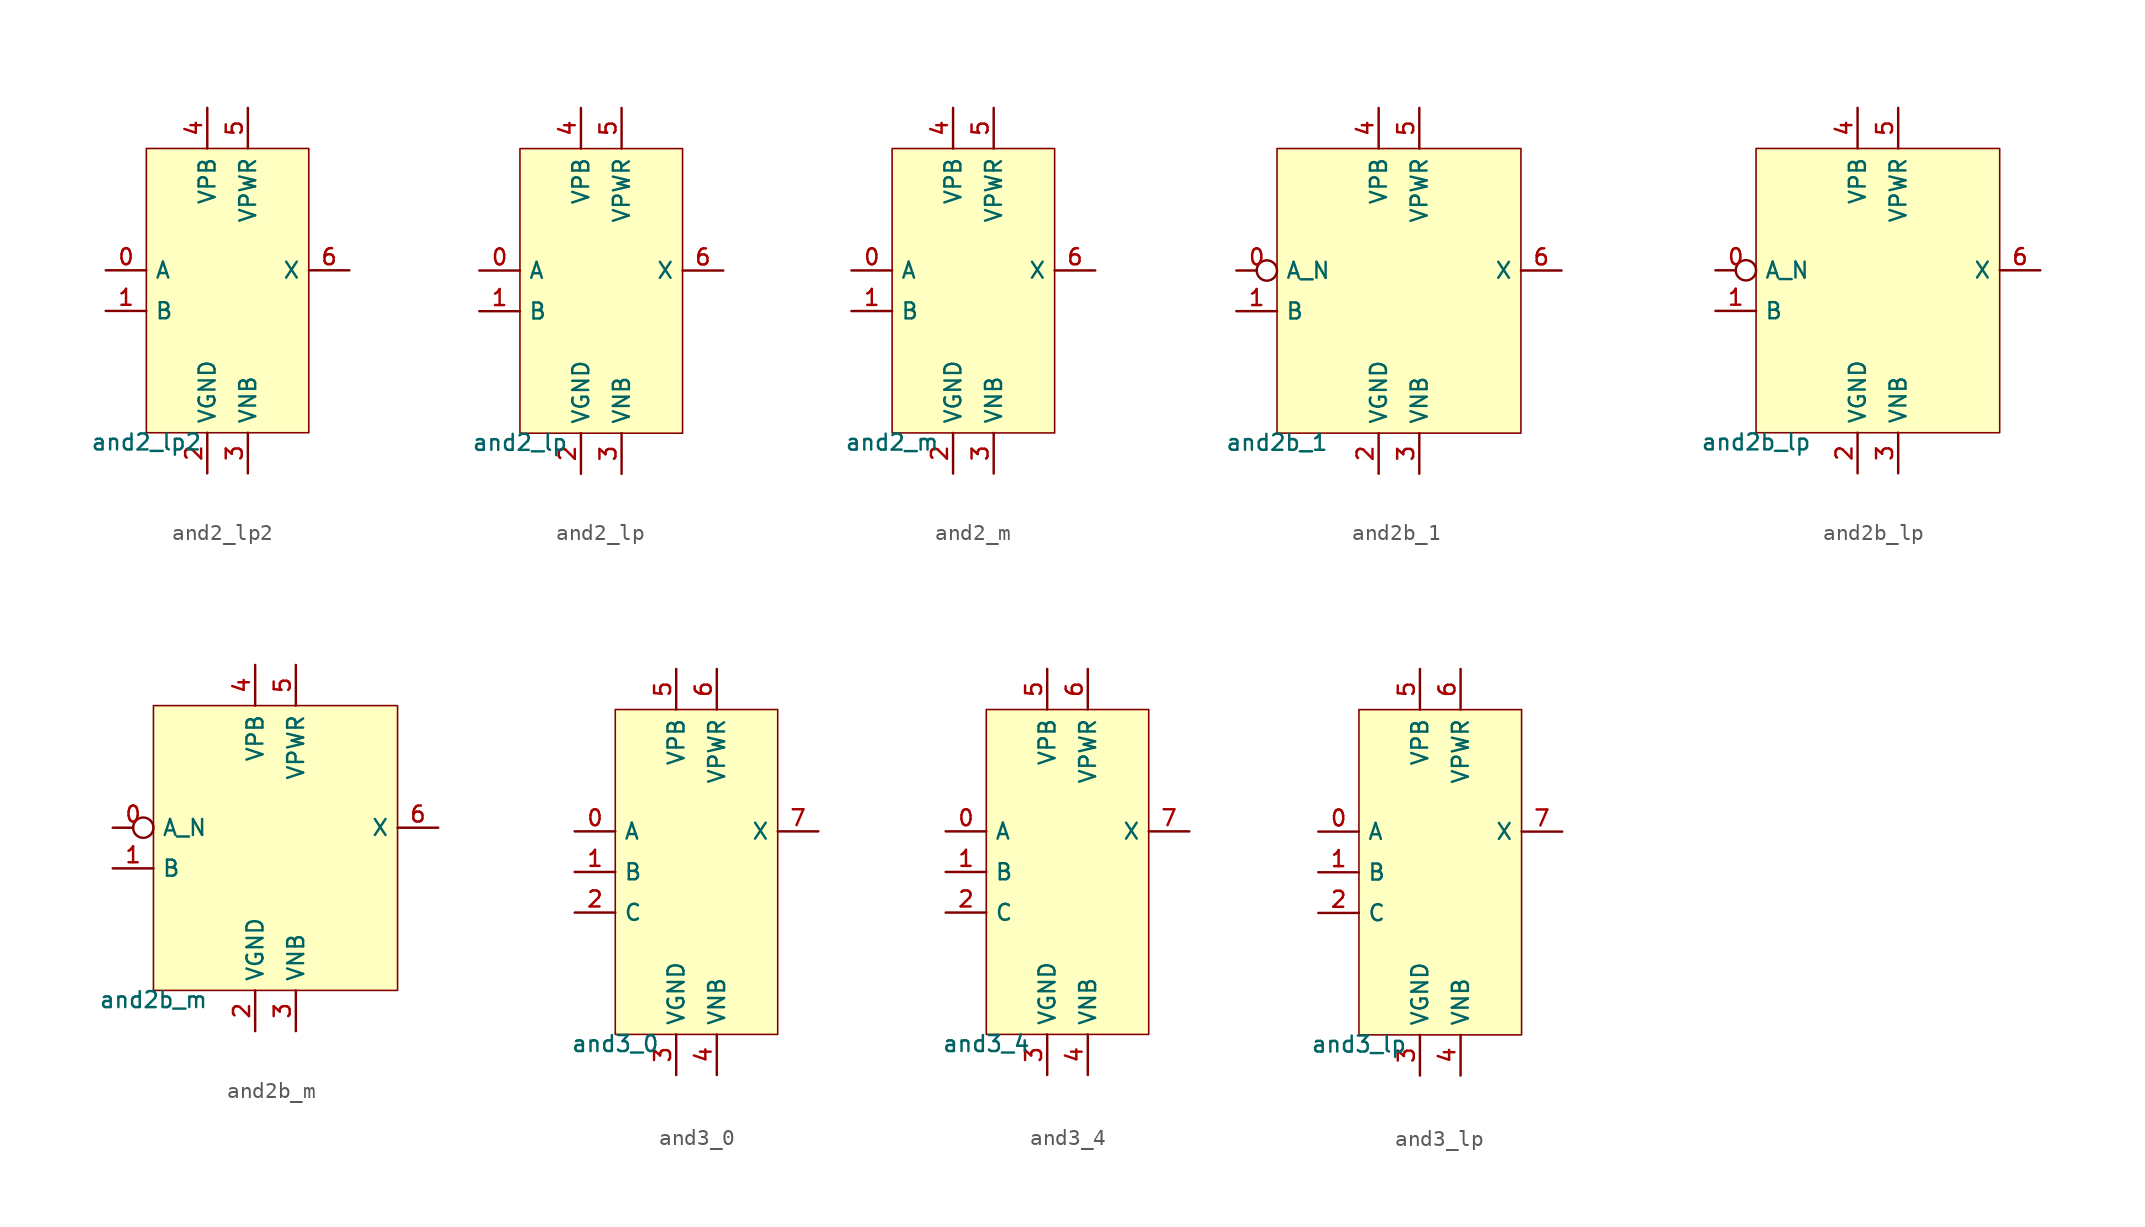
<source format=kicad_sym>
(kicad_symbol_lib
  (version 20211014)
  (generator pdk2kicad)
  (symbol "and2_lp2"
    (property "Reference" "X"
      (at 0 0 0)
      (effects (font (size 1 1)) hide))
    (property "Value" "and2_lp2"
      (at -5.08 -8.89 0)
      (effects (font (size 1 1)) (justify top)))
    (rectangle
      (start -5.08 -8.89)
      (end 5.08 8.89)
      (stroke (width 0.1) (type solid) (color 0 0 0 0))
      (fill (type background)))
    (pin input line
      (at -7.62 1.27 0)
      (length 2.54)
      (name "A" (effects (font (size 1 1)) hide))
      (number "0" (effects (font (size 1 1)) hide)))
    (pin input line
      (at -7.62 -1.27 0)
      (length 2.54)
      (name "B" (effects (font (size 1 1)) hide))
      (number "1" (effects (font (size 1 1)) hide)))
    (pin power_in line
      (at -1.27 -11.43 90)
      (length 2.54)
      (name "VGND" (effects (font (size 1 1)) hide))
      (number "2" (effects (font (size 1 1)) hide)))
    (pin power_in line
      (at 1.27 -11.43 90)
      (length 2.54)
      (name "VNB" (effects (font (size 1 1)) hide))
      (number "3" (effects (font (size 1 1)) hide)))
    (pin power_in line
      (at -1.27 11.43 270)
      (length 2.54)
      (name "VPB" (effects (font (size 1 1)) hide))
      (number "4" (effects (font (size 1 1)) hide)))
    (pin power_in line
      (at 1.27 11.43 270)
      (length 2.54)
      (name "VPWR" (effects (font (size 1 1)) hide))
      (number "5" (effects (font (size 1 1)) hide)))
    (pin output line
      (at 7.62 1.27 180)
      (length 2.54)
      (name "X" (effects (font (size 1 1)) hide))
      (number "6" (effects (font (size 1 1)) hide))))
  (symbol "and2_lp"
    (property "Reference" "X"
      (at 0 0 0)
      (effects (font (size 1 1)) hide))
    (property "Value" "and2_lp"
      (at -5.08 -8.89 0)
      (effects (font (size 1 1)) (justify top)))
    (rectangle
      (start -5.08 -8.89)
      (end 5.08 8.89)
      (stroke (width 0.1) (type solid) (color 0 0 0 0))
      (fill (type background)))
    (pin input line
      (at -7.62 1.27 0)
      (length 2.54)
      (name "A" (effects (font (size 1 1)) hide))
      (number "0" (effects (font (size 1 1)) hide)))
    (pin input line
      (at -7.62 -1.27 0)
      (length 2.54)
      (name "B" (effects (font (size 1 1)) hide))
      (number "1" (effects (font (size 1 1)) hide)))
    (pin power_in line
      (at -1.27 -11.43 90)
      (length 2.54)
      (name "VGND" (effects (font (size 1 1)) hide))
      (number "2" (effects (font (size 1 1)) hide)))
    (pin power_in line
      (at 1.27 -11.43 90)
      (length 2.54)
      (name "VNB" (effects (font (size 1 1)) hide))
      (number "3" (effects (font (size 1 1)) hide)))
    (pin power_in line
      (at -1.27 11.43 270)
      (length 2.54)
      (name "VPB" (effects (font (size 1 1)) hide))
      (number "4" (effects (font (size 1 1)) hide)))
    (pin power_in line
      (at 1.27 11.43 270)
      (length 2.54)
      (name "VPWR" (effects (font (size 1 1)) hide))
      (number "5" (effects (font (size 1 1)) hide)))
    (pin output line
      (at 7.62 1.27 180)
      (length 2.54)
      (name "X" (effects (font (size 1 1)) hide))
      (number "6" (effects (font (size 1 1)) hide))))
  (symbol "and2_m"
    (property "Reference" "X"
      (at 0 0 0)
      (effects (font (size 1 1)) hide))
    (property "Value" "and2_m"
      (at -5.08 -8.89 0)
      (effects (font (size 1 1)) (justify top)))
    (rectangle
      (start -5.08 -8.89)
      (end 5.08 8.89)
      (stroke (width 0.1) (type solid) (color 0 0 0 0))
      (fill (type background)))
    (pin input line
      (at -7.62 1.27 0)
      (length 2.54)
      (name "A" (effects (font (size 1 1)) hide))
      (number "0" (effects (font (size 1 1)) hide)))
    (pin input line
      (at -7.62 -1.27 0)
      (length 2.54)
      (name "B" (effects (font (size 1 1)) hide))
      (number "1" (effects (font (size 1 1)) hide)))
    (pin power_in line
      (at -1.27 -11.43 90)
      (length 2.54)
      (name "VGND" (effects (font (size 1 1)) hide))
      (number "2" (effects (font (size 1 1)) hide)))
    (pin power_in line
      (at 1.27 -11.43 90)
      (length 2.54)
      (name "VNB" (effects (font (size 1 1)) hide))
      (number "3" (effects (font (size 1 1)) hide)))
    (pin power_in line
      (at -1.27 11.43 270)
      (length 2.54)
      (name "VPB" (effects (font (size 1 1)) hide))
      (number "4" (effects (font (size 1 1)) hide)))
    (pin power_in line
      (at 1.27 11.43 270)
      (length 2.54)
      (name "VPWR" (effects (font (size 1 1)) hide))
      (number "5" (effects (font (size 1 1)) hide)))
    (pin output line
      (at 7.62 1.27 180)
      (length 2.54)
      (name "X" (effects (font (size 1 1)) hide))
      (number "6" (effects (font (size 1 1)) hide))))
  (symbol "and2b_1"
    (property "Reference" "X"
      (at 0 0 0)
      (effects (font (size 1 1)) hide))
    (property "Value" "and2b_1"
      (at -7.62 -8.89 0)
      (effects (font (size 1 1)) (justify top)))
    (rectangle
      (start -7.62 -8.89)
      (end 7.62 8.89)
      (stroke (width 0.1) (type solid) (color 0 0 0 0))
      (fill (type background)))
    (pin input inverted
      (at -10.16 1.27 0)
      (length 2.54)
      (name "A_N" (effects (font (size 1 1)) hide))
      (number "0" (effects (font (size 1 1)) hide)))
    (pin input line
      (at -10.16 -1.27 0)
      (length 2.54)
      (name "B" (effects (font (size 1 1)) hide))
      (number "1" (effects (font (size 1 1)) hide)))
    (pin power_in line
      (at -1.27 -11.43 90)
      (length 2.54)
      (name "VGND" (effects (font (size 1 1)) hide))
      (number "2" (effects (font (size 1 1)) hide)))
    (pin power_in line
      (at 1.27 -11.43 90)
      (length 2.54)
      (name "VNB" (effects (font (size 1 1)) hide))
      (number "3" (effects (font (size 1 1)) hide)))
    (pin power_in line
      (at -1.27 11.43 270)
      (length 2.54)
      (name "VPB" (effects (font (size 1 1)) hide))
      (number "4" (effects (font (size 1 1)) hide)))
    (pin power_in line
      (at 1.27 11.43 270)
      (length 2.54)
      (name "VPWR" (effects (font (size 1 1)) hide))
      (number "5" (effects (font (size 1 1)) hide)))
    (pin output line
      (at 10.16 1.27 180)
      (length 2.54)
      (name "X" (effects (font (size 1 1)) hide))
      (number "6" (effects (font (size 1 1)) hide))))
  (symbol "and2b_lp"
    (property "Reference" "X"
      (at 0 0 0)
      (effects (font (size 1 1)) hide))
    (property "Value" "and2b_lp"
      (at -7.62 -8.89 0)
      (effects (font (size 1 1)) (justify top)))
    (rectangle
      (start -7.62 -8.89)
      (end 7.62 8.89)
      (stroke (width 0.1) (type solid) (color 0 0 0 0))
      (fill (type background)))
    (pin input inverted
      (at -10.16 1.27 0)
      (length 2.54)
      (name "A_N" (effects (font (size 1 1)) hide))
      (number "0" (effects (font (size 1 1)) hide)))
    (pin input line
      (at -10.16 -1.27 0)
      (length 2.54)
      (name "B" (effects (font (size 1 1)) hide))
      (number "1" (effects (font (size 1 1)) hide)))
    (pin power_in line
      (at -1.27 -11.43 90)
      (length 2.54)
      (name "VGND" (effects (font (size 1 1)) hide))
      (number "2" (effects (font (size 1 1)) hide)))
    (pin power_in line
      (at 1.27 -11.43 90)
      (length 2.54)
      (name "VNB" (effects (font (size 1 1)) hide))
      (number "3" (effects (font (size 1 1)) hide)))
    (pin power_in line
      (at -1.27 11.43 270)
      (length 2.54)
      (name "VPB" (effects (font (size 1 1)) hide))
      (number "4" (effects (font (size 1 1)) hide)))
    (pin power_in line
      (at 1.27 11.43 270)
      (length 2.54)
      (name "VPWR" (effects (font (size 1 1)) hide))
      (number "5" (effects (font (size 1 1)) hide)))
    (pin output line
      (at 10.16 1.27 180)
      (length 2.54)
      (name "X" (effects (font (size 1 1)) hide))
      (number "6" (effects (font (size 1 1)) hide))))
  (symbol "and2b_m"
    (property "Reference" "X"
      (at 0 0 0)
      (effects (font (size 1 1)) hide))
    (property "Value" "and2b_m"
      (at -7.62 -8.89 0)
      (effects (font (size 1 1)) (justify top)))
    (rectangle
      (start -7.62 -8.89)
      (end 7.62 8.89)
      (stroke (width 0.1) (type solid) (color 0 0 0 0))
      (fill (type background)))
    (pin input inverted
      (at -10.16 1.27 0)
      (length 2.54)
      (name "A_N" (effects (font (size 1 1)) hide))
      (number "0" (effects (font (size 1 1)) hide)))
    (pin input line
      (at -10.16 -1.27 0)
      (length 2.54)
      (name "B" (effects (font (size 1 1)) hide))
      (number "1" (effects (font (size 1 1)) hide)))
    (pin power_in line
      (at -1.27 -11.43 90)
      (length 2.54)
      (name "VGND" (effects (font (size 1 1)) hide))
      (number "2" (effects (font (size 1 1)) hide)))
    (pin power_in line
      (at 1.27 -11.43 90)
      (length 2.54)
      (name "VNB" (effects (font (size 1 1)) hide))
      (number "3" (effects (font (size 1 1)) hide)))
    (pin power_in line
      (at -1.27 11.43 270)
      (length 2.54)
      (name "VPB" (effects (font (size 1 1)) hide))
      (number "4" (effects (font (size 1 1)) hide)))
    (pin power_in line
      (at 1.27 11.43 270)
      (length 2.54)
      (name "VPWR" (effects (font (size 1 1)) hide))
      (number "5" (effects (font (size 1 1)) hide)))
    (pin output line
      (at 10.16 1.27 180)
      (length 2.54)
      (name "X" (effects (font (size 1 1)) hide))
      (number "6" (effects (font (size 1 1)) hide))))
  (symbol "and3_0"
    (property "Reference" "X"
      (at 0 0 0)
      (effects (font (size 1 1)) hide))
    (property "Value" "and3_0"
      (at -5.08 -10.16 0)
      (effects (font (size 1 1)) (justify top)))
    (rectangle
      (start -5.08 -10.16)
      (end 5.08 10.16)
      (stroke (width 0.1) (type solid) (color 0 0 0 0))
      (fill (type background)))
    (pin input line
      (at -7.62 2.54 0)
      (length 2.54)
      (name "A" (effects (font (size 1 1)) hide))
      (number "0" (effects (font (size 1 1)) hide)))
    (pin input line
      (at -7.62 0.0 0)
      (length 2.54)
      (name "B" (effects (font (size 1 1)) hide))
      (number "1" (effects (font (size 1 1)) hide)))
    (pin input line
      (at -7.62 -2.54 0)
      (length 2.54)
      (name "C" (effects (font (size 1 1)) hide))
      (number "2" (effects (font (size 1 1)) hide)))
    (pin power_in line
      (at -1.27 -12.7 90)
      (length 2.54)
      (name "VGND" (effects (font (size 1 1)) hide))
      (number "3" (effects (font (size 1 1)) hide)))
    (pin power_in line
      (at 1.27 -12.7 90)
      (length 2.54)
      (name "VNB" (effects (font (size 1 1)) hide))
      (number "4" (effects (font (size 1 1)) hide)))
    (pin power_in line
      (at -1.27 12.7 270)
      (length 2.54)
      (name "VPB" (effects (font (size 1 1)) hide))
      (number "5" (effects (font (size 1 1)) hide)))
    (pin power_in line
      (at 1.27 12.7 270)
      (length 2.54)
      (name "VPWR" (effects (font (size 1 1)) hide))
      (number "6" (effects (font (size 1 1)) hide)))
    (pin output line
      (at 7.62 2.54 180)
      (length 2.54)
      (name "X" (effects (font (size 1 1)) hide))
      (number "7" (effects (font (size 1 1)) hide))))
  (symbol "and3_4"
    (property "Reference" "X"
      (at 0 0 0)
      (effects (font (size 1 1)) hide))
    (property "Value" "and3_4"
      (at -5.08 -10.16 0)
      (effects (font (size 1 1)) (justify top)))
    (rectangle
      (start -5.08 -10.16)
      (end 5.08 10.16)
      (stroke (width 0.1) (type solid) (color 0 0 0 0))
      (fill (type background)))
    (pin input line
      (at -7.62 2.54 0)
      (length 2.54)
      (name "A" (effects (font (size 1 1)) hide))
      (number "0" (effects (font (size 1 1)) hide)))
    (pin input line
      (at -7.62 0.0 0)
      (length 2.54)
      (name "B" (effects (font (size 1 1)) hide))
      (number "1" (effects (font (size 1 1)) hide)))
    (pin input line
      (at -7.62 -2.54 0)
      (length 2.54)
      (name "C" (effects (font (size 1 1)) hide))
      (number "2" (effects (font (size 1 1)) hide)))
    (pin power_in line
      (at -1.27 -12.7 90)
      (length 2.54)
      (name "VGND" (effects (font (size 1 1)) hide))
      (number "3" (effects (font (size 1 1)) hide)))
    (pin power_in line
      (at 1.27 -12.7 90)
      (length 2.54)
      (name "VNB" (effects (font (size 1 1)) hide))
      (number "4" (effects (font (size 1 1)) hide)))
    (pin power_in line
      (at -1.27 12.7 270)
      (length 2.54)
      (name "VPB" (effects (font (size 1 1)) hide))
      (number "5" (effects (font (size 1 1)) hide)))
    (pin power_in line
      (at 1.27 12.7 270)
      (length 2.54)
      (name "VPWR" (effects (font (size 1 1)) hide))
      (number "6" (effects (font (size 1 1)) hide)))
    (pin output line
      (at 7.62 2.54 180)
      (length 2.54)
      (name "X" (effects (font (size 1 1)) hide))
      (number "7" (effects (font (size 1 1)) hide))))
  (symbol "and3_lp"
    (property "Reference" "X"
      (at 0 0 0)
      (effects (font (size 1 1)) hide))
    (property "Value" "and3_lp"
      (at -5.08 -10.16 0)
      (effects (font (size 1 1)) (justify top)))
    (rectangle
      (start -5.08 -10.16)
      (end 5.08 10.16)
      (stroke (width 0.1) (type solid) (color 0 0 0 0))
      (fill (type background)))
    (pin input line
      (at -7.62 2.54 0)
      (length 2.54)
      (name "A" (effects (font (size 1 1)) hide))
      (number "0" (effects (font (size 1 1)) hide)))
    (pin input line
      (at -7.62 0.0 0)
      (length 2.54)
      (name "B" (effects (font (size 1 1)) hide))
      (number "1" (effects (font (size 1 1)) hide)))
    (pin input line
      (at -7.62 -2.54 0)
      (length 2.54)
      (name "C" (effects (font (size 1 1)) hide))
      (number "2" (effects (font (size 1 1)) hide)))
    (pin power_in line
      (at -1.27 -12.7 90)
      (length 2.54)
      (name "VGND" (effects (font (size 1 1)) hide))
      (number "3" (effects (font (size 1 1)) hide)))
    (pin power_in line
      (at 1.27 -12.7 90)
      (length 2.54)
      (name "VNB" (effects (font (size 1 1)) hide))
      (number "4" (effects (font (size 1 1)) hide)))
    (pin power_in line
      (at -1.27 12.7 270)
      (length 2.54)
      (name "VPB" (effects (font (size 1 1)) hide))
      (number "5" (effects (font (size 1 1)) hide)))
    (pin power_in line
      (at 1.27 12.7 270)
      (length 2.54)
      (name "VPWR" (effects (font (size 1 1)) hide))
      (number "6" (effects (font (size 1 1)) hide)))
    (pin output line
      (at 7.62 2.54 180)
      (length 2.54)
      (name "X" (effects (font (size 1 1)) hide))
      (number "7" (effects (font (size 1 1)) hide)))))
</source>
